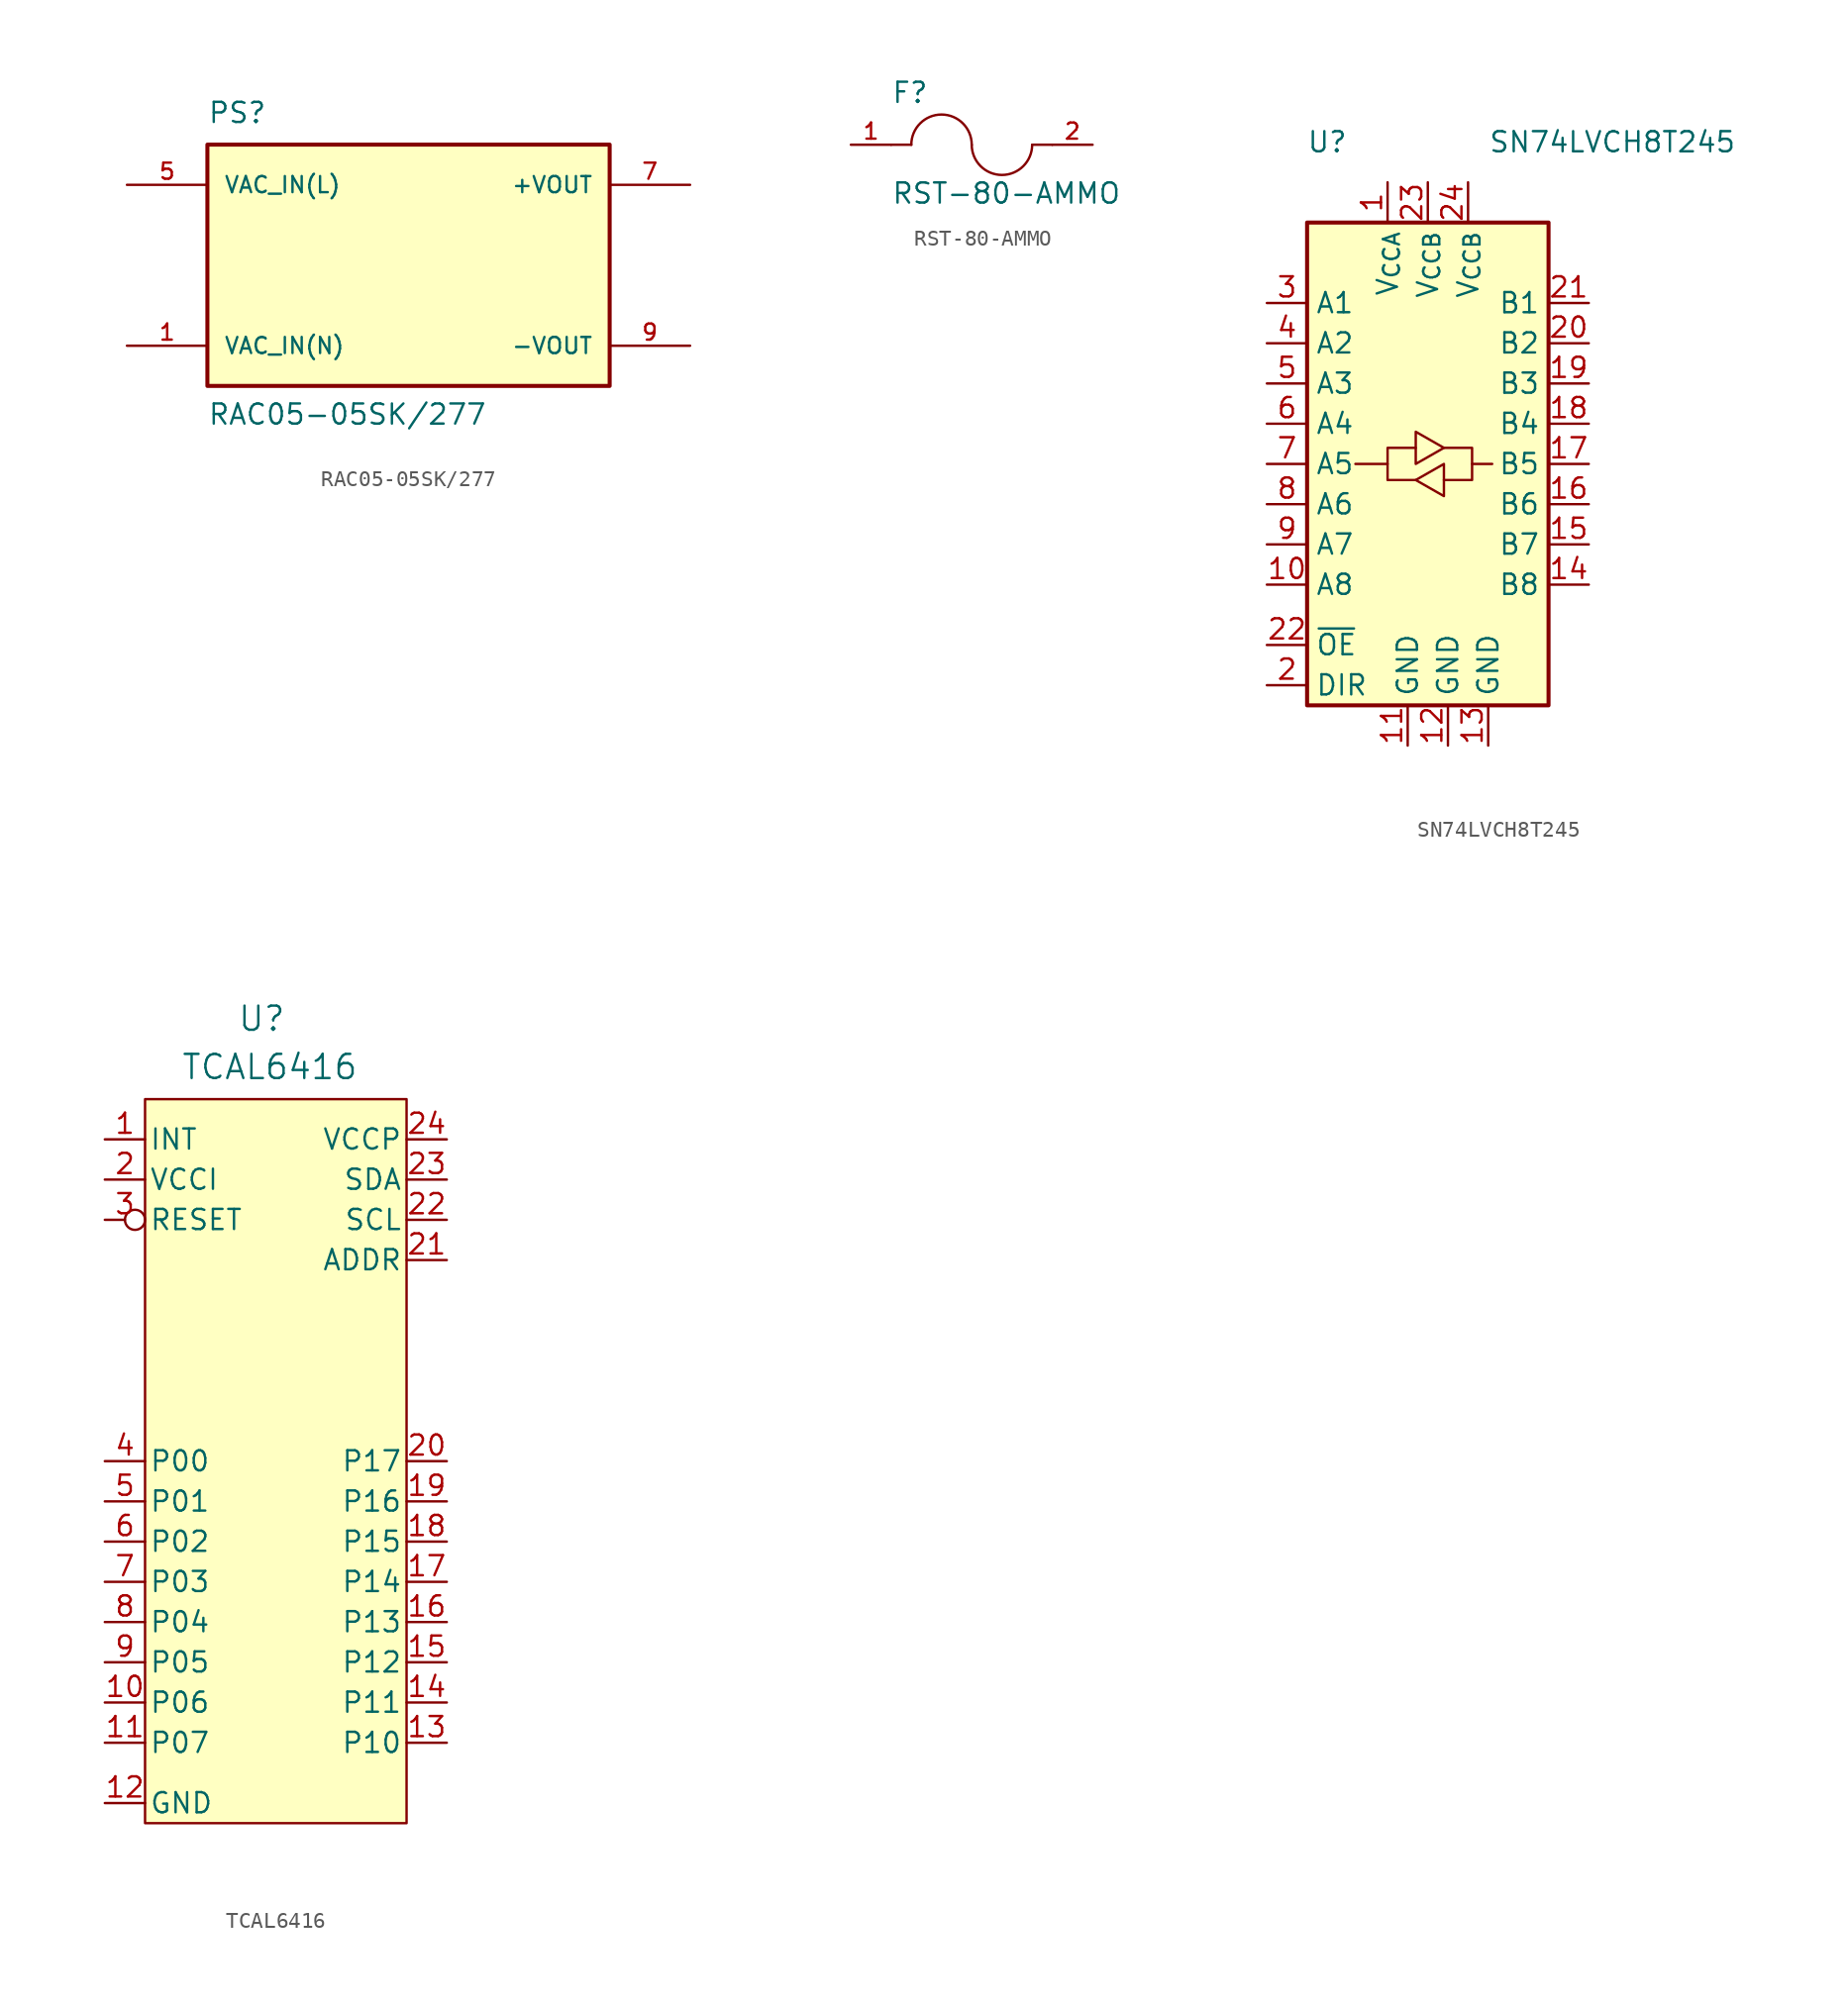
<source format=kicad_sym>
(kicad_symbol_lib
  (version 20241209)
  (generator "kicad_symbol_editor")
  (generator_version "9.0")
  (symbol "RAC05-05SK/277"
    (pin_names
      (offset 1.016))
    (property "Reference" "PS"
      (at -12.7 8.89 0)
      (effects (font (size 1.27 1.27)) (justify left bottom)))
    (property "Value" "RAC05-05SK{slash}277"
      (at -12.7 -10.16 0)
      (effects (font (size 1.27 1.27)) (justify left bottom)))
    (symbol "RAC05-05SK/277_0_0"
      (rectangle (start -12.7 -7.62) (end 12.7 7.62) (stroke (width 0.254) (type default)) (fill (type background)))
      (pin power_in line (at -17.78 5.08 0) (length 5.08) (name "VAC_IN(L)" (effects (font (size 1.016 1.016)))) (number "5" (effects (font (size 1.016 1.016)))))
      (pin power_in line (at -17.78 -5.08 0) (length 5.08) (name "VAC_IN(N)" (effects (font (size 1.016 1.016)))) (number "1" (effects (font (size 1.016 1.016)))))
      (pin power_out line (at 17.78 5.08 180) (length 5.08) (name "+VOUT" (effects (font (size 1.016 1.016)))) (number "7" (effects (font (size 1.016 1.016)))))
      (pin power_out line (at 17.78 -5.08 180) (length 5.08) (name "-VOUT" (effects (font (size 1.016 1.016)))) (number "9" (effects (font (size 1.016 1.016)))))))
  (symbol "RST-80-AMMO"
    (pin_names
      (offset 1.016)
      (hide yes))
    (property "Reference" "F"
      (at -5.08 2.54 0)
      (effects (font (size 1.27 1.27)) (justify left bottom)))
    (property "Value" "RST-80-AMMO"
      (at -5.08 -3.81 0)
      (effects (font (size 1.27 1.27)) (justify left bottom)))
    (symbol "RST-80-AMMO_0_0"
      (polyline (pts (xy -5.08 0) (xy -3.81 0)) (stroke (width 0.152) (type solid)) (fill (type none)))
      (arc (start -3.81 0) (mid -1.905 1.905) (end 0 0) (stroke (width 0.1524) (type solid)) (fill (type none)))
      (arc (start 3.81 0) (mid 1.905 -1.905) (end 0 0) (stroke (width 0.1524) (type solid)) (fill (type none)))
      (polyline (pts (xy 5.08 0) (xy 3.81 0)) (stroke (width 0.152) (type solid)) (fill (type none)))
      (pin passive line (at -7.62 0 0) (length 2.54) (name "~" (effects (font (size 1.016 1.016)))) (number "1" (effects (font (size 1.016 1.016)))))
      (pin passive line (at 7.62 0 180) (length 2.54) (name "~" (effects (font (size 1.016 1.016)))) (number "2" (effects (font (size 1.016 1.016)))))))
  (symbol "SN74LVCH8T245"
    (property "Reference" "U"
      (at -6.35 27.94 0)
      (effects (font (size 1.27 1.27))))
    (property "Value" "SN74LVCH8T245"
      (at 3.81 27.94 0)
      (effects (font (size 1.27 1.27)) (justify left)))
    (symbol "SN74LVCH8T245_0_1"
      (rectangle (start -7.62 22.86) (end 7.62 -7.62) (stroke (width 0.254) (type default)) (fill (type background)))
      (polyline (pts (xy 1.016 7.62) (xy 1.016 5.842) (xy 1.016 5.588) (xy -0.762 6.604) (xy 1.016 7.62)) (stroke (width 0) (type default)) (fill (type none))))
    (symbol "SN74LVCH8T245_1_1"
      (polyline (pts (xy -2.54 7.62) (xy -2.54 8.636) (xy -0.762 8.636)) (stroke (width 0) (type default)) (fill (type none)))
      (polyline (pts (xy -0.762 7.62) (xy -0.762 9.652) (xy 1.016 8.636) (xy -0.762 7.62)) (stroke (width 0) (type default)) (fill (type none)))
      (polyline (pts (xy -0.762 6.604) (xy -2.54 6.604) (xy -2.54 7.62) (xy -4.572 7.62)) (stroke (width 0) (type default)) (fill (type none)))
      (polyline (pts (xy 1.016 8.636) (xy 2.794 8.636) (xy 2.794 7.62) (xy 4.064 7.62)) (stroke (width 0) (type default)) (fill (type none)))
      (polyline (pts (xy 2.794 7.62) (xy 2.794 6.604) (xy 1.016 6.604)) (stroke (width 0) (type default)) (fill (type none)))
      (pin bidirectional line (at -10.16 17.78 0) (length 2.54) (name "A1" (effects (font (size 1.27 1.27)))) (number "3" (effects (font (size 1.27 1.27)))))
      (pin bidirectional line (at -10.16 15.24 0) (length 2.54) (name "A2" (effects (font (size 1.27 1.27)))) (number "4" (effects (font (size 1.27 1.27)))))
      (pin bidirectional line (at -10.16 12.7 0) (length 2.54) (name "A3" (effects (font (size 1.27 1.27)))) (number "5" (effects (font (size 1.27 1.27)))))
      (pin bidirectional line (at -10.16 10.16 0) (length 2.54) (name "A4" (effects (font (size 1.27 1.27)))) (number "6" (effects (font (size 1.27 1.27)))))
      (pin bidirectional line (at -10.16 7.62 0) (length 2.54) (name "A5" (effects (font (size 1.27 1.27)))) (number "7" (effects (font (size 1.27 1.27)))))
      (pin bidirectional line (at -10.16 5.08 0) (length 2.54) (name "A6" (effects (font (size 1.27 1.27)))) (number "8" (effects (font (size 1.27 1.27)))))
      (pin bidirectional line (at -10.16 2.54 0) (length 2.54) (name "A7" (effects (font (size 1.27 1.27)))) (number "9" (effects (font (size 1.27 1.27)))))
      (pin bidirectional line (at -10.16 0 0) (length 2.54) (name "A8" (effects (font (size 1.27 1.27)))) (number "10" (effects (font (size 1.27 1.27)))))
      (pin input line (at -10.16 -3.81 0) (length 2.54) (name "~{OE}" (effects (font (size 1.27 1.27)))) (number "22" (effects (font (size 1.27 1.27)))))
      (pin input line (at -10.16 -6.35 0) (length 2.54) (name "DIR" (effects (font (size 1.27 1.27)))) (number "2" (effects (font (size 1.27 1.27)))))
      (pin power_in line (at -2.54 25.4 270) (length 2.54) (name "V_{CCA}" (effects (font (size 1.27 1.27)))) (number "1" (effects (font (size 1.27 1.27)))))
      (pin power_in line (at -1.27 -10.16 90) (length 2.54) (name "GND" (effects (font (size 1.27 1.27)))) (number "11" (effects (font (size 1.27 1.27)))))
      (pin power_in line (at 0 25.4 270) (length 2.54) (name "V_{CCB}" (effects (font (size 1.27 1.27)))) (number "23" (effects (font (size 1.27 1.27)))))
      (pin power_in line (at 1.27 -10.16 90) (length 2.54) (name "GND" (effects (font (size 1.27 1.27)))) (number "12" (effects (font (size 1.27 1.27)))))
      (pin power_in line (at 2.54 25.4 270) (length 2.54) (name "V_{CCB}" (effects (font (size 1.27 1.27)))) (number "24" (effects (font (size 1.27 1.27)))))
      (pin power_in line (at 3.81 -10.16 90) (length 2.54) (name "GND" (effects (font (size 1.27 1.27)))) (number "13" (effects (font (size 1.27 1.27)))))
      (pin bidirectional line (at 10.16 17.78 180) (length 2.54) (name "B1" (effects (font (size 1.27 1.27)))) (number "21" (effects (font (size 1.27 1.27)))))
      (pin bidirectional line (at 10.16 15.24 180) (length 2.54) (name "B2" (effects (font (size 1.27 1.27)))) (number "20" (effects (font (size 1.27 1.27)))))
      (pin bidirectional line (at 10.16 12.7 180) (length 2.54) (name "B3" (effects (font (size 1.27 1.27)))) (number "19" (effects (font (size 1.27 1.27)))))
      (pin bidirectional line (at 10.16 10.16 180) (length 2.54) (name "B4" (effects (font (size 1.27 1.27)))) (number "18" (effects (font (size 1.27 1.27)))))
      (pin bidirectional line (at 10.16 7.62 180) (length 2.54) (name "B5" (effects (font (size 1.27 1.27)))) (number "17" (effects (font (size 1.27 1.27)))))
      (pin bidirectional line (at 10.16 5.08 180) (length 2.54) (name "B6" (effects (font (size 1.27 1.27)))) (number "16" (effects (font (size 1.27 1.27)))))
      (pin bidirectional line (at 10.16 2.54 180) (length 2.54) (name "B7" (effects (font (size 1.27 1.27)))) (number "15" (effects (font (size 1.27 1.27)))))
      (pin bidirectional line (at 10.16 0 180) (length 2.54) (name "B8" (effects (font (size 1.27 1.27)))) (number "14" (effects (font (size 1.27 1.27)))))))
  (symbol "TCAL6416"
    (pin_names
      (offset 0.254))
    (property "Reference" "U"
      (at 14.986 17.78 0)
      (effects (font (size 1.524 1.524))))
    (property "Value" "TCAL6416"
      (at 15.494 14.732 0)
      (effects (font (size 1.524 1.524))))
    (symbol "TCAL6416_0_1"
      (pin output line (at 5.08 10.16 0) (length 2.54) (name "INT" (effects (font (size 1.27 1.27)))) (number "1" (effects (font (size 1.27 1.27)))))
      (pin power_in line (at 5.08 7.62 0) (length 2.54) (name "VCCI" (effects (font (size 1.27 1.27)))) (number "2" (effects (font (size 1.27 1.27)))))
      (pin input inverted (at 5.08 5.08 0) (length 2.54) (name "RESET" (effects (font (size 1.27 1.27)))) (number "3" (effects (font (size 1.27 1.27)))))
      (pin bidirectional line (at 5.08 -10.16 0) (length 2.54) (name "P00" (effects (font (size 1.27 1.27)))) (number "4" (effects (font (size 1.27 1.27)))))
      (pin bidirectional line (at 5.08 -12.7 0) (length 2.54) (name "P01" (effects (font (size 1.27 1.27)))) (number "5" (effects (font (size 1.27 1.27)))))
      (pin bidirectional line (at 5.08 -15.24 0) (length 2.54) (name "P02" (effects (font (size 1.27 1.27)))) (number "6" (effects (font (size 1.27 1.27)))))
      (pin bidirectional line (at 5.08 -17.78 0) (length 2.54) (name "P03" (effects (font (size 1.27 1.27)))) (number "7" (effects (font (size 1.27 1.27)))))
      (pin bidirectional line (at 5.08 -20.32 0) (length 2.54) (name "P04" (effects (font (size 1.27 1.27)))) (number "8" (effects (font (size 1.27 1.27)))))
      (pin bidirectional line (at 5.08 -22.86 0) (length 2.54) (name "P05" (effects (font (size 1.27 1.27)))) (number "9" (effects (font (size 1.27 1.27)))))
      (pin bidirectional line (at 5.08 -25.4 0) (length 2.54) (name "P06" (effects (font (size 1.27 1.27)))) (number "10" (effects (font (size 1.27 1.27)))))
      (pin bidirectional line (at 5.08 -27.94 0) (length 2.54) (name "P07" (effects (font (size 1.27 1.27)))) (number "11" (effects (font (size 1.27 1.27)))))
      (pin power_in line (at 26.67 10.16 180) (length 2.54) (name "VCCP" (effects (font (size 1.27 1.27)))) (number "24" (effects (font (size 1.27 1.27)))))
      (pin bidirectional line (at 26.67 7.62 180) (length 2.54) (name "SDA" (effects (font (size 1.27 1.27)))) (number "23" (effects (font (size 1.27 1.27)))))
      (pin input line (at 26.67 5.08 180) (length 2.54) (name "SCL" (effects (font (size 1.27 1.27)))) (number "22" (effects (font (size 1.27 1.27)))))
      (pin input line (at 26.67 2.54 180) (length 2.54) (name "ADDR" (effects (font (size 1.27 1.27)))) (number "21" (effects (font (size 1.27 1.27)))))
      (pin bidirectional line (at 26.67 -10.16 180) (length 2.54) (name "P17" (effects (font (size 1.27 1.27)))) (number "20" (effects (font (size 1.27 1.27)))))
      (pin bidirectional line (at 26.67 -12.7 180) (length 2.54) (name "P16" (effects (font (size 1.27 1.27)))) (number "19" (effects (font (size 1.27 1.27)))))
      (pin bidirectional line (at 26.67 -15.24 180) (length 2.54) (name "P15" (effects (font (size 1.27 1.27)))) (number "18" (effects (font (size 1.27 1.27)))))
      (pin bidirectional line (at 26.67 -17.78 180) (length 2.54) (name "P14" (effects (font (size 1.27 1.27)))) (number "17" (effects (font (size 1.27 1.27)))))
      (pin bidirectional line (at 26.67 -20.32 180) (length 2.54) (name "P13" (effects (font (size 1.27 1.27)))) (number "16" (effects (font (size 1.27 1.27)))))
      (pin bidirectional line (at 26.67 -22.86 180) (length 2.54) (name "P12" (effects (font (size 1.27 1.27)))) (number "15" (effects (font (size 1.27 1.27)))))
      (pin bidirectional line (at 26.67 -25.4 180) (length 2.54) (name "P11" (effects (font (size 1.27 1.27)))) (number "14" (effects (font (size 1.27 1.27)))))
      (pin bidirectional line (at 26.67 -27.94 180) (length 2.54) (name "P10" (effects (font (size 1.27 1.27)))) (number "13" (effects (font (size 1.27 1.27))))))
    (symbol "TCAL6416_1_1"
      (rectangle (start 7.62 12.7) (end 24.13 -33.02) (stroke (width 0) (type default)) (fill (type background)))
      (pin power_in line (at 5.08 -31.75 0) (length 2.54) (name "GND" (effects (font (size 1.27 1.27)))) (number "12" (effects (font (size 1.27 1.27))))))))
</source>
